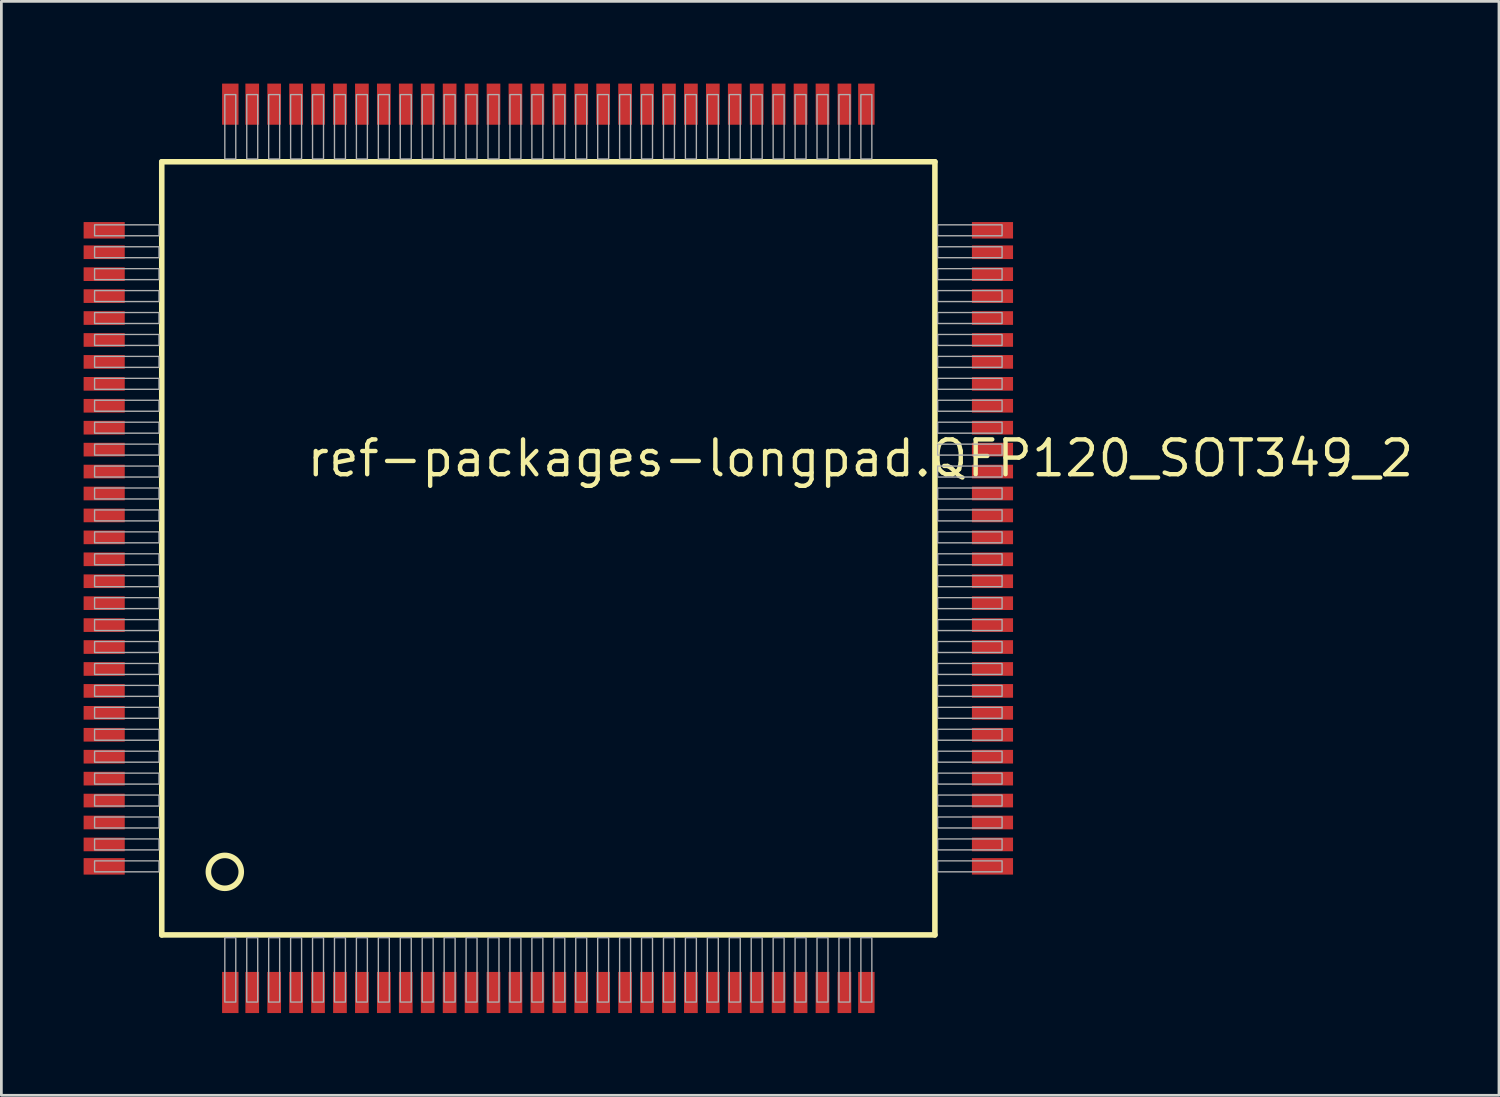
<source format=kicad_pcb>
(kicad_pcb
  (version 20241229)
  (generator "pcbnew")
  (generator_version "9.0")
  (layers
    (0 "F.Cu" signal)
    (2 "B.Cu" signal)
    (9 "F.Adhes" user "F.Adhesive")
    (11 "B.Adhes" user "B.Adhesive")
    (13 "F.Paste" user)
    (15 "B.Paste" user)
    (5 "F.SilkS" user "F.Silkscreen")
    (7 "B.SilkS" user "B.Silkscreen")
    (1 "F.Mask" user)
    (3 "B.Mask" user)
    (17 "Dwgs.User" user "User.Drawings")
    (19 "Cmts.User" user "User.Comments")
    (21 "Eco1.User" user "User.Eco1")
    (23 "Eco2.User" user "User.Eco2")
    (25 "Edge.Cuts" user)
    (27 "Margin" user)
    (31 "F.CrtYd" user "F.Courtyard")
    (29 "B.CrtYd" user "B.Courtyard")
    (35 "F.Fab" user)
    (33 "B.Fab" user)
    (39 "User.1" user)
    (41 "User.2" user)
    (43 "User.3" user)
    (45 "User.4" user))
  (footprint "ref-packages-longpad.QFP120_SOT349_2"
    (layer "F.Cu")
    (at 16.95 16.95)
    (property "Reference" "ref-packages-longpad.QFP120_SOT349_2" (at -8.89 -2.54 0) (layer "F.SilkS") (effects (font (size 1.27 1.27) (thickness 0.16)) (justify left bottom)))
    (attr smd)
    (fp_line (start -14.1 -14.1) (end 14.1 -14.1) (stroke (width 0.203) (type default)) (layer "F.SilkS"))
    (fp_line (start -14.1 14.1) (end -14.1 -14.1) (stroke (width 0.203) (type default)) (layer "F.SilkS"))
    (fp_line (start 14.1 -14.1) (end 14.1 14.1) (stroke (width 0.203) (type default)) (layer "F.SilkS"))
    (fp_line (start 14.1 14.1) (end -14.1 14.1) (stroke (width 0.203) (type default)) (layer "F.SilkS"))
    (fp_circle (center -11.8 11.8) (end -11.2 11.8) (stroke (width 0.203) (type default)) (fill no) (layer "F.SilkS"))
    (fp_rect (start -16.55 -11.4) (end -14.2 -11.8) (stroke (width 0.05) (type default)) (fill no) (layer "F.Fab"))
    (fp_rect (start -16.55 -10.6) (end -14.2 -11) (stroke (width 0.05) (type default)) (fill no) (layer "F.Fab"))
    (fp_rect (start -16.55 -9.8) (end -14.2 -10.2) (stroke (width 0.05) (type default)) (fill no) (layer "F.Fab"))
    (fp_rect (start -16.55 -9) (end -14.2 -9.4) (stroke (width 0.05) (type default)) (fill no) (layer "F.Fab"))
    (fp_rect (start -16.55 -8.2) (end -14.2 -8.6) (stroke (width 0.05) (type default)) (fill no) (layer "F.Fab"))
    (fp_rect (start -16.55 -7.4) (end -14.2 -7.8) (stroke (width 0.05) (type default)) (fill no) (layer "F.Fab"))
    (fp_rect (start -16.55 -6.6) (end -14.2 -7) (stroke (width 0.05) (type default)) (fill no) (layer "F.Fab"))
    (fp_rect (start -16.55 -5.8) (end -14.2 -6.2) (stroke (width 0.05) (type default)) (fill no) (layer "F.Fab"))
    (fp_rect (start -16.55 -5) (end -14.2 -5.4) (stroke (width 0.05) (type default)) (fill no) (layer "F.Fab"))
    (fp_rect (start -16.55 -4.2) (end -14.2 -4.6) (stroke (width 0.05) (type default)) (fill no) (layer "F.Fab"))
    (fp_rect (start -16.55 -3.4) (end -14.2 -3.8) (stroke (width 0.05) (type default)) (fill no) (layer "F.Fab"))
    (fp_rect (start -16.55 -2.6) (end -14.2 -3) (stroke (width 0.05) (type default)) (fill no) (layer "F.Fab"))
    (fp_rect (start -16.55 -1.8) (end -14.2 -2.2) (stroke (width 0.05) (type default)) (fill no) (layer "F.Fab"))
    (fp_rect (start -16.55 -1) (end -14.2 -1.4) (stroke (width 0.05) (type default)) (fill no) (layer "F.Fab"))
    (fp_rect (start -16.55 -0.2) (end -14.2 -0.6) (stroke (width 0.05) (type default)) (fill no) (layer "F.Fab"))
    (fp_rect (start -16.55 0.6) (end -14.2 0.2) (stroke (width 0.05) (type default)) (fill no) (layer "F.Fab"))
    (fp_rect (start -16.55 1.4) (end -14.2 1) (stroke (width 0.05) (type default)) (fill no) (layer "F.Fab"))
    (fp_rect (start -16.55 2.2) (end -14.2 1.8) (stroke (width 0.05) (type default)) (fill no) (layer "F.Fab"))
    (fp_rect (start -16.55 3) (end -14.2 2.6) (stroke (width 0.05) (type default)) (fill no) (layer "F.Fab"))
    (fp_rect (start -16.55 3.8) (end -14.2 3.4) (stroke (width 0.05) (type default)) (fill no) (layer "F.Fab"))
    (fp_rect (start -16.55 4.6) (end -14.2 4.2) (stroke (width 0.05) (type default)) (fill no) (layer "F.Fab"))
    (fp_rect (start -16.55 5.4) (end -14.2 5) (stroke (width 0.05) (type default)) (fill no) (layer "F.Fab"))
    (fp_rect (start -16.55 6.2) (end -14.2 5.8) (stroke (width 0.05) (type default)) (fill no) (layer "F.Fab"))
    (fp_rect (start -16.55 7) (end -14.2 6.6) (stroke (width 0.05) (type default)) (fill no) (layer "F.Fab"))
    (fp_rect (start -16.55 7.8) (end -14.2 7.4) (stroke (width 0.05) (type default)) (fill no) (layer "F.Fab"))
    (fp_rect (start -16.55 8.6) (end -14.2 8.2) (stroke (width 0.05) (type default)) (fill no) (layer "F.Fab"))
    (fp_rect (start -16.55 9.4) (end -14.2 9) (stroke (width 0.05) (type default)) (fill no) (layer "F.Fab"))
    (fp_rect (start -16.55 10.2) (end -14.2 9.8) (stroke (width 0.05) (type default)) (fill no) (layer "F.Fab"))
    (fp_rect (start -16.55 11) (end -14.2 10.6) (stroke (width 0.05) (type default)) (fill no) (layer "F.Fab"))
    (fp_rect (start -16.55 11.8) (end -14.2 11.4) (stroke (width 0.05) (type default)) (fill no) (layer "F.Fab"))
    (fp_rect (start -11.8 -14.2) (end -11.4 -16.55) (stroke (width 0.05) (type default)) (fill no) (layer "F.Fab"))
    (fp_rect (start -11.8 16.55) (end -11.4 14.2) (stroke (width 0.05) (type default)) (fill no) (layer "F.Fab"))
    (fp_rect (start -11 -14.2) (end -10.6 -16.55) (stroke (width 0.05) (type default)) (fill no) (layer "F.Fab"))
    (fp_rect (start -11 16.55) (end -10.6 14.2) (stroke (width 0.05) (type default)) (fill no) (layer "F.Fab"))
    (fp_rect (start -10.2 -14.2) (end -9.8 -16.55) (stroke (width 0.05) (type default)) (fill no) (layer "F.Fab"))
    (fp_rect (start -10.2 16.55) (end -9.8 14.2) (stroke (width 0.05) (type default)) (fill no) (layer "F.Fab"))
    (fp_rect (start -9.4 -14.2) (end -9 -16.55) (stroke (width 0.05) (type default)) (fill no) (layer "F.Fab"))
    (fp_rect (start -9.4 16.55) (end -9 14.2) (stroke (width 0.05) (type default)) (fill no) (layer "F.Fab"))
    (fp_rect (start -8.6 -14.2) (end -8.2 -16.55) (stroke (width 0.05) (type default)) (fill no) (layer "F.Fab"))
    (fp_rect (start -8.6 16.55) (end -8.2 14.2) (stroke (width 0.05) (type default)) (fill no) (layer "F.Fab"))
    (fp_rect (start -7.8 -14.2) (end -7.4 -16.55) (stroke (width 0.05) (type default)) (fill no) (layer "F.Fab"))
    (fp_rect (start -7.8 16.55) (end -7.4 14.2) (stroke (width 0.05) (type default)) (fill no) (layer "F.Fab"))
    (fp_rect (start -7 -14.2) (end -6.6 -16.55) (stroke (width 0.05) (type default)) (fill no) (layer "F.Fab"))
    (fp_rect (start -7 16.55) (end -6.6 14.2) (stroke (width 0.05) (type default)) (fill no) (layer "F.Fab"))
    (fp_rect (start -6.2 -14.2) (end -5.8 -16.55) (stroke (width 0.05) (type default)) (fill no) (layer "F.Fab"))
    (fp_rect (start -6.2 16.55) (end -5.8 14.2) (stroke (width 0.05) (type default)) (fill no) (layer "F.Fab"))
    (fp_rect (start -5.4 -14.2) (end -5 -16.55) (stroke (width 0.05) (type default)) (fill no) (layer "F.Fab"))
    (fp_rect (start -5.4 16.55) (end -5 14.2) (stroke (width 0.05) (type default)) (fill no) (layer "F.Fab"))
    (fp_rect (start -4.6 -14.2) (end -4.2 -16.55) (stroke (width 0.05) (type default)) (fill no) (layer "F.Fab"))
    (fp_rect (start -4.6 16.55) (end -4.2 14.2) (stroke (width 0.05) (type default)) (fill no) (layer "F.Fab"))
    (fp_rect (start -3.8 -14.2) (end -3.4 -16.55) (stroke (width 0.05) (type default)) (fill no) (layer "F.Fab"))
    (fp_rect (start -3.8 16.55) (end -3.4 14.2) (stroke (width 0.05) (type default)) (fill no) (layer "F.Fab"))
    (fp_rect (start -3 -14.2) (end -2.6 -16.55) (stroke (width 0.05) (type default)) (fill no) (layer "F.Fab"))
    (fp_rect (start -3 16.55) (end -2.6 14.2) (stroke (width 0.05) (type default)) (fill no) (layer "F.Fab"))
    (fp_rect (start -2.2 -14.2) (end -1.8 -16.55) (stroke (width 0.05) (type default)) (fill no) (layer "F.Fab"))
    (fp_rect (start -2.2 16.55) (end -1.8 14.2) (stroke (width 0.05) (type default)) (fill no) (layer "F.Fab"))
    (fp_rect (start -1.4 -14.2) (end -1 -16.55) (stroke (width 0.05) (type default)) (fill no) (layer "F.Fab"))
    (fp_rect (start -1.4 16.55) (end -1 14.2) (stroke (width 0.05) (type default)) (fill no) (layer "F.Fab"))
    (fp_rect (start -0.6 -14.2) (end -0.2 -16.55) (stroke (width 0.05) (type default)) (fill no) (layer "F.Fab"))
    (fp_rect (start -0.6 16.55) (end -0.2 14.2) (stroke (width 0.05) (type default)) (fill no) (layer "F.Fab"))
    (fp_rect (start 0.2 -14.2) (end 0.6 -16.55) (stroke (width 0.05) (type default)) (fill no) (layer "F.Fab"))
    (fp_rect (start 0.2 16.55) (end 0.6 14.2) (stroke (width 0.05) (type default)) (fill no) (layer "F.Fab"))
    (fp_rect (start 1 -14.2) (end 1.4 -16.55) (stroke (width 0.05) (type default)) (fill no) (layer "F.Fab"))
    (fp_rect (start 1 16.55) (end 1.4 14.2) (stroke (width 0.05) (type default)) (fill no) (layer "F.Fab"))
    (fp_rect (start 1.8 -14.2) (end 2.2 -16.55) (stroke (width 0.05) (type default)) (fill no) (layer "F.Fab"))
    (fp_rect (start 1.8 16.55) (end 2.2 14.2) (stroke (width 0.05) (type default)) (fill no) (layer "F.Fab"))
    (fp_rect (start 2.6 -14.2) (end 3 -16.55) (stroke (width 0.05) (type default)) (fill no) (layer "F.Fab"))
    (fp_rect (start 2.6 16.55) (end 3 14.2) (stroke (width 0.05) (type default)) (fill no) (layer "F.Fab"))
    (fp_rect (start 3.4 -14.2) (end 3.8 -16.55) (stroke (width 0.05) (type default)) (fill no) (layer "F.Fab"))
    (fp_rect (start 3.4 16.55) (end 3.8 14.2) (stroke (width 0.05) (type default)) (fill no) (layer "F.Fab"))
    (fp_rect (start 4.2 -14.2) (end 4.6 -16.55) (stroke (width 0.05) (type default)) (fill no) (layer "F.Fab"))
    (fp_rect (start 4.2 16.55) (end 4.6 14.2) (stroke (width 0.05) (type default)) (fill no) (layer "F.Fab"))
    (fp_rect (start 5 -14.2) (end 5.4 -16.55) (stroke (width 0.05) (type default)) (fill no) (layer "F.Fab"))
    (fp_rect (start 5 16.55) (end 5.4 14.2) (stroke (width 0.05) (type default)) (fill no) (layer "F.Fab"))
    (fp_rect (start 5.8 -14.2) (end 6.2 -16.55) (stroke (width 0.05) (type default)) (fill no) (layer "F.Fab"))
    (fp_rect (start 5.8 16.55) (end 6.2 14.2) (stroke (width 0.05) (type default)) (fill no) (layer "F.Fab"))
    (fp_rect (start 6.6 -14.2) (end 7 -16.55) (stroke (width 0.05) (type default)) (fill no) (layer "F.Fab"))
    (fp_rect (start 6.6 16.55) (end 7 14.2) (stroke (width 0.05) (type default)) (fill no) (layer "F.Fab"))
    (fp_rect (start 7.4 -14.2) (end 7.8 -16.55) (stroke (width 0.05) (type default)) (fill no) (layer "F.Fab"))
    (fp_rect (start 7.4 16.55) (end 7.8 14.2) (stroke (width 0.05) (type default)) (fill no) (layer "F.Fab"))
    (fp_rect (start 8.2 -14.2) (end 8.6 -16.55) (stroke (width 0.05) (type default)) (fill no) (layer "F.Fab"))
    (fp_rect (start 8.2 16.55) (end 8.6 14.2) (stroke (width 0.05) (type default)) (fill no) (layer "F.Fab"))
    (fp_rect (start 9 -14.2) (end 9.4 -16.55) (stroke (width 0.05) (type default)) (fill no) (layer "F.Fab"))
    (fp_rect (start 9 16.55) (end 9.4 14.2) (stroke (width 0.05) (type default)) (fill no) (layer "F.Fab"))
    (fp_rect (start 9.8 -14.2) (end 10.2 -16.55) (stroke (width 0.05) (type default)) (fill no) (layer "F.Fab"))
    (fp_rect (start 9.8 16.55) (end 10.2 14.2) (stroke (width 0.05) (type default)) (fill no) (layer "F.Fab"))
    (fp_rect (start 10.6 -14.2) (end 11 -16.55) (stroke (width 0.05) (type default)) (fill no) (layer "F.Fab"))
    (fp_rect (start 10.6 16.55) (end 11 14.2) (stroke (width 0.05) (type default)) (fill no) (layer "F.Fab"))
    (fp_rect (start 11.4 -14.2) (end 11.8 -16.55) (stroke (width 0.05) (type default)) (fill no) (layer "F.Fab"))
    (fp_rect (start 11.4 16.55) (end 11.8 14.2) (stroke (width 0.05) (type default)) (fill no) (layer "F.Fab"))
    (fp_rect (start 14.2 -11.4) (end 16.55 -11.8) (stroke (width 0.05) (type default)) (fill no) (layer "F.Fab"))
    (fp_rect (start 14.2 -10.6) (end 16.55 -11) (stroke (width 0.05) (type default)) (fill no) (layer "F.Fab"))
    (fp_rect (start 14.2 -9.8) (end 16.55 -10.2) (stroke (width 0.05) (type default)) (fill no) (layer "F.Fab"))
    (fp_rect (start 14.2 -9) (end 16.55 -9.4) (stroke (width 0.05) (type default)) (fill no) (layer "F.Fab"))
    (fp_rect (start 14.2 -8.2) (end 16.55 -8.6) (stroke (width 0.05) (type default)) (fill no) (layer "F.Fab"))
    (fp_rect (start 14.2 -7.4) (end 16.55 -7.8) (stroke (width 0.05) (type default)) (fill no) (layer "F.Fab"))
    (fp_rect (start 14.2 -6.6) (end 16.55 -7) (stroke (width 0.05) (type default)) (fill no) (layer "F.Fab"))
    (fp_rect (start 14.2 -5.8) (end 16.55 -6.2) (stroke (width 0.05) (type default)) (fill no) (layer "F.Fab"))
    (fp_rect (start 14.2 -5) (end 16.55 -5.4) (stroke (width 0.05) (type default)) (fill no) (layer "F.Fab"))
    (fp_rect (start 14.2 -4.2) (end 16.55 -4.6) (stroke (width 0.05) (type default)) (fill no) (layer "F.Fab"))
    (fp_rect (start 14.2 -3.4) (end 16.55 -3.8) (stroke (width 0.05) (type default)) (fill no) (layer "F.Fab"))
    (fp_rect (start 14.2 -2.6) (end 16.55 -3) (stroke (width 0.05) (type default)) (fill no) (layer "F.Fab"))
    (fp_rect (start 14.2 -1.8) (end 16.55 -2.2) (stroke (width 0.05) (type default)) (fill no) (layer "F.Fab"))
    (fp_rect (start 14.2 -1) (end 16.55 -1.4) (stroke (width 0.05) (type default)) (fill no) (layer "F.Fab"))
    (fp_rect (start 14.2 -0.2) (end 16.55 -0.6) (stroke (width 0.05) (type default)) (fill no) (layer "F.Fab"))
    (fp_rect (start 14.2 0.6) (end 16.55 0.2) (stroke (width 0.05) (type default)) (fill no) (layer "F.Fab"))
    (fp_rect (start 14.2 1.4) (end 16.55 1) (stroke (width 0.05) (type default)) (fill no) (layer "F.Fab"))
    (fp_rect (start 14.2 2.2) (end 16.55 1.8) (stroke (width 0.05) (type default)) (fill no) (layer "F.Fab"))
    (fp_rect (start 14.2 3) (end 16.55 2.6) (stroke (width 0.05) (type default)) (fill no) (layer "F.Fab"))
    (fp_rect (start 14.2 3.8) (end 16.55 3.4) (stroke (width 0.05) (type default)) (fill no) (layer "F.Fab"))
    (fp_rect (start 14.2 4.6) (end 16.55 4.2) (stroke (width 0.05) (type default)) (fill no) (layer "F.Fab"))
    (fp_rect (start 14.2 5.4) (end 16.55 5) (stroke (width 0.05) (type default)) (fill no) (layer "F.Fab"))
    (fp_rect (start 14.2 6.2) (end 16.55 5.8) (stroke (width 0.05) (type default)) (fill no) (layer "F.Fab"))
    (fp_rect (start 14.2 7) (end 16.55 6.6) (stroke (width 0.05) (type default)) (fill no) (layer "F.Fab"))
    (fp_rect (start 14.2 7.8) (end 16.55 7.4) (stroke (width 0.05) (type default)) (fill no) (layer "F.Fab"))
    (fp_rect (start 14.2 8.6) (end 16.55 8.2) (stroke (width 0.05) (type default)) (fill no) (layer "F.Fab"))
    (fp_rect (start 14.2 9.4) (end 16.55 9) (stroke (width 0.05) (type default)) (fill no) (layer "F.Fab"))
    (fp_rect (start 14.2 10.2) (end 16.55 9.8) (stroke (width 0.05) (type default)) (fill no) (layer "F.Fab"))
    (fp_rect (start 14.2 11) (end 16.55 10.6) (stroke (width 0.05) (type default)) (fill no) (layer "F.Fab"))
    (fp_rect (start 14.2 11.8) (end 16.55 11.4) (stroke (width 0.05) (type default)) (fill no) (layer "F.Fab"))
    (pad "1" smd roundrect (at -11.6 16.2) (size 0.6 1.5) (layers "F.Cu" "F.Mask" "F.Paste") (roundrect_rratio 0.01))
    (pad "2" smd roundrect (at -10.8 16.2) (size 0.5 1.5) (layers "F.Cu" "F.Mask" "F.Paste") (roundrect_rratio 0.01))
    (pad "3" smd roundrect (at -10 16.2) (size 0.5 1.5) (layers "F.Cu" "F.Mask" "F.Paste") (roundrect_rratio 0.01))
    (pad "4" smd roundrect (at -9.2 16.2) (size 0.5 1.5) (layers "F.Cu" "F.Mask" "F.Paste") (roundrect_rratio 0.01))
    (pad "5" smd roundrect (at -8.4 16.2) (size 0.5 1.5) (layers "F.Cu" "F.Mask" "F.Paste") (roundrect_rratio 0.01))
    (pad "6" smd roundrect (at -7.6 16.2) (size 0.5 1.5) (layers "F.Cu" "F.Mask" "F.Paste") (roundrect_rratio 0.01))
    (pad "7" smd roundrect (at -6.8 16.2) (size 0.5 1.5) (layers "F.Cu" "F.Mask" "F.Paste") (roundrect_rratio 0.01))
    (pad "8" smd roundrect (at -6 16.2) (size 0.5 1.5) (layers "F.Cu" "F.Mask" "F.Paste") (roundrect_rratio 0.01))
    (pad "9" smd roundrect (at -5.2 16.2) (size 0.5 1.5) (layers "F.Cu" "F.Mask" "F.Paste") (roundrect_rratio 0.01))
    (pad "10" smd roundrect (at -4.4 16.2) (size 0.5 1.5) (layers "F.Cu" "F.Mask" "F.Paste") (roundrect_rratio 0.01))
    (pad "11" smd roundrect (at -3.6 16.2) (size 0.5 1.5) (layers "F.Cu" "F.Mask" "F.Paste") (roundrect_rratio 0.01))
    (pad "12" smd roundrect (at -2.8 16.2) (size 0.5 1.5) (layers "F.Cu" "F.Mask" "F.Paste") (roundrect_rratio 0.01))
    (pad "13" smd roundrect (at -2 16.2) (size 0.5 1.5) (layers "F.Cu" "F.Mask" "F.Paste") (roundrect_rratio 0.01))
    (pad "14" smd roundrect (at -1.2 16.2) (size 0.5 1.5) (layers "F.Cu" "F.Mask" "F.Paste") (roundrect_rratio 0.01))
    (pad "15" smd roundrect (at -0.4 16.2) (size 0.5 1.5) (layers "F.Cu" "F.Mask" "F.Paste") (roundrect_rratio 0.01))
    (pad "16" smd roundrect (at 0.4 16.2) (size 0.5 1.5) (layers "F.Cu" "F.Mask" "F.Paste") (roundrect_rratio 0.01))
    (pad "17" smd roundrect (at 1.2 16.2) (size 0.5 1.5) (layers "F.Cu" "F.Mask" "F.Paste") (roundrect_rratio 0.01))
    (pad "18" smd roundrect (at 2 16.2) (size 0.5 1.5) (layers "F.Cu" "F.Mask" "F.Paste") (roundrect_rratio 0.01))
    (pad "19" smd roundrect (at 2.8 16.2) (size 0.5 1.5) (layers "F.Cu" "F.Mask" "F.Paste") (roundrect_rratio 0.01))
    (pad "20" smd roundrect (at 3.6 16.2) (size 0.5 1.5) (layers "F.Cu" "F.Mask" "F.Paste") (roundrect_rratio 0.01))
    (pad "21" smd roundrect (at 4.4 16.2) (size 0.5 1.5) (layers "F.Cu" "F.Mask" "F.Paste") (roundrect_rratio 0.01))
    (pad "22" smd roundrect (at 5.2 16.2) (size 0.5 1.5) (layers "F.Cu" "F.Mask" "F.Paste") (roundrect_rratio 0.01))
    (pad "23" smd roundrect (at 6 16.2) (size 0.5 1.5) (layers "F.Cu" "F.Mask" "F.Paste") (roundrect_rratio 0.01))
    (pad "24" smd roundrect (at 6.8 16.2) (size 0.5 1.5) (layers "F.Cu" "F.Mask" "F.Paste") (roundrect_rratio 0.01))
    (pad "25" smd roundrect (at 7.6 16.2) (size 0.5 1.5) (layers "F.Cu" "F.Mask" "F.Paste") (roundrect_rratio 0.01))
    (pad "26" smd roundrect (at 8.4 16.2) (size 0.5 1.5) (layers "F.Cu" "F.Mask" "F.Paste") (roundrect_rratio 0.01))
    (pad "27" smd roundrect (at 9.2 16.2) (size 0.5 1.5) (layers "F.Cu" "F.Mask" "F.Paste") (roundrect_rratio 0.01))
    (pad "28" smd roundrect (at 10 16.2) (size 0.5 1.5) (layers "F.Cu" "F.Mask" "F.Paste") (roundrect_rratio 0.01))
    (pad "29" smd roundrect (at 10.8 16.2) (size 0.5 1.5) (layers "F.Cu" "F.Mask" "F.Paste") (roundrect_rratio 0.01))
    (pad "30" smd roundrect (at 11.6 16.2) (size 0.6 1.5) (layers "F.Cu" "F.Mask" "F.Paste") (roundrect_rratio 0.01))
    (pad "31" smd roundrect (at 16.2 11.6) (size 1.5 0.6) (layers "F.Cu" "F.Mask" "F.Paste") (roundrect_rratio 0.01))
    (pad "32" smd roundrect (at 16.2 10.8) (size 1.5 0.5) (layers "F.Cu" "F.Mask" "F.Paste") (roundrect_rratio 0.01))
    (pad "33" smd roundrect (at 16.2 10) (size 1.5 0.5) (layers "F.Cu" "F.Mask" "F.Paste") (roundrect_rratio 0.01))
    (pad "34" smd roundrect (at 16.2 9.2) (size 1.5 0.5) (layers "F.Cu" "F.Mask" "F.Paste") (roundrect_rratio 0.01))
    (pad "35" smd roundrect (at 16.2 8.4) (size 1.5 0.5) (layers "F.Cu" "F.Mask" "F.Paste") (roundrect_rratio 0.01))
    (pad "36" smd roundrect (at 16.2 7.6) (size 1.5 0.5) (layers "F.Cu" "F.Mask" "F.Paste") (roundrect_rratio 0.01))
    (pad "37" smd roundrect (at 16.2 6.8) (size 1.5 0.5) (layers "F.Cu" "F.Mask" "F.Paste") (roundrect_rratio 0.01))
    (pad "38" smd roundrect (at 16.2 6) (size 1.5 0.5) (layers "F.Cu" "F.Mask" "F.Paste") (roundrect_rratio 0.01))
    (pad "39" smd roundrect (at 16.2 5.2) (size 1.5 0.5) (layers "F.Cu" "F.Mask" "F.Paste") (roundrect_rratio 0.01))
    (pad "40" smd roundrect (at 16.2 4.4) (size 1.5 0.5) (layers "F.Cu" "F.Mask" "F.Paste") (roundrect_rratio 0.01))
    (pad "41" smd roundrect (at 16.2 3.6) (size 1.5 0.5) (layers "F.Cu" "F.Mask" "F.Paste") (roundrect_rratio 0.01))
    (pad "42" smd roundrect (at 16.2 2.8) (size 1.5 0.5) (layers "F.Cu" "F.Mask" "F.Paste") (roundrect_rratio 0.01))
    (pad "43" smd roundrect (at 16.2 2) (size 1.5 0.5) (layers "F.Cu" "F.Mask" "F.Paste") (roundrect_rratio 0.01))
    (pad "44" smd roundrect (at 16.2 1.2) (size 1.5 0.5) (layers "F.Cu" "F.Mask" "F.Paste") (roundrect_rratio 0.01))
    (pad "45" smd roundrect (at 16.2 0.4) (size 1.5 0.5) (layers "F.Cu" "F.Mask" "F.Paste") (roundrect_rratio 0.01))
    (pad "46" smd roundrect (at 16.2 -0.4) (size 1.5 0.5) (layers "F.Cu" "F.Mask" "F.Paste") (roundrect_rratio 0.01))
    (pad "47" smd roundrect (at 16.2 -1.2) (size 1.5 0.5) (layers "F.Cu" "F.Mask" "F.Paste") (roundrect_rratio 0.01))
    (pad "48" smd roundrect (at 16.2 -2) (size 1.5 0.5) (layers "F.Cu" "F.Mask" "F.Paste") (roundrect_rratio 0.01))
    (pad "49" smd roundrect (at 16.2 -2.8) (size 1.5 0.5) (layers "F.Cu" "F.Mask" "F.Paste") (roundrect_rratio 0.01))
    (pad "50" smd roundrect (at 16.2 -3.6) (size 1.5 0.5) (layers "F.Cu" "F.Mask" "F.Paste") (roundrect_rratio 0.01))
    (pad "51" smd roundrect (at 16.2 -4.4) (size 1.5 0.5) (layers "F.Cu" "F.Mask" "F.Paste") (roundrect_rratio 0.01))
    (pad "52" smd roundrect (at 16.2 -5.2) (size 1.5 0.5) (layers "F.Cu" "F.Mask" "F.Paste") (roundrect_rratio 0.01))
    (pad "53" smd roundrect (at 16.2 -6) (size 1.5 0.5) (layers "F.Cu" "F.Mask" "F.Paste") (roundrect_rratio 0.01))
    (pad "54" smd roundrect (at 16.2 -6.8) (size 1.5 0.5) (layers "F.Cu" "F.Mask" "F.Paste") (roundrect_rratio 0.01))
    (pad "55" smd roundrect (at 16.2 -7.6) (size 1.5 0.5) (layers "F.Cu" "F.Mask" "F.Paste") (roundrect_rratio 0.01))
    (pad "56" smd roundrect (at 16.2 -8.4) (size 1.5 0.5) (layers "F.Cu" "F.Mask" "F.Paste") (roundrect_rratio 0.01))
    (pad "57" smd roundrect (at 16.2 -9.2) (size 1.5 0.5) (layers "F.Cu" "F.Mask" "F.Paste") (roundrect_rratio 0.01))
    (pad "58" smd roundrect (at 16.2 -10) (size 1.5 0.5) (layers "F.Cu" "F.Mask" "F.Paste") (roundrect_rratio 0.01))
    (pad "59" smd roundrect (at 16.2 -10.8) (size 1.5 0.5) (layers "F.Cu" "F.Mask" "F.Paste") (roundrect_rratio 0.01))
    (pad "60" smd roundrect (at 16.2 -11.6) (size 1.5 0.6) (layers "F.Cu" "F.Mask" "F.Paste") (roundrect_rratio 0.01))
    (pad "61" smd roundrect (at 11.6 -16.2) (size 0.6 1.5) (layers "F.Cu" "F.Mask" "F.Paste") (roundrect_rratio 0.01))
    (pad "62" smd roundrect (at 10.8 -16.2) (size 0.5 1.5) (layers "F.Cu" "F.Mask" "F.Paste") (roundrect_rratio 0.01))
    (pad "63" smd roundrect (at 10 -16.2) (size 0.5 1.5) (layers "F.Cu" "F.Mask" "F.Paste") (roundrect_rratio 0.01))
    (pad "64" smd roundrect (at 9.2 -16.2) (size 0.5 1.5) (layers "F.Cu" "F.Mask" "F.Paste") (roundrect_rratio 0.01))
    (pad "65" smd roundrect (at 8.4 -16.2) (size 0.5 1.5) (layers "F.Cu" "F.Mask" "F.Paste") (roundrect_rratio 0.01))
    (pad "66" smd roundrect (at 7.6 -16.2) (size 0.5 1.5) (layers "F.Cu" "F.Mask" "F.Paste") (roundrect_rratio 0.01))
    (pad "67" smd roundrect (at 6.8 -16.2) (size 0.5 1.5) (layers "F.Cu" "F.Mask" "F.Paste") (roundrect_rratio 0.01))
    (pad "68" smd roundrect (at 6 -16.2) (size 0.5 1.5) (layers "F.Cu" "F.Mask" "F.Paste") (roundrect_rratio 0.01))
    (pad "69" smd roundrect (at 5.2 -16.2) (size 0.5 1.5) (layers "F.Cu" "F.Mask" "F.Paste") (roundrect_rratio 0.01))
    (pad "70" smd roundrect (at 4.4 -16.2) (size 0.5 1.5) (layers "F.Cu" "F.Mask" "F.Paste") (roundrect_rratio 0.01))
    (pad "71" smd roundrect (at 3.6 -16.2) (size 0.5 1.5) (layers "F.Cu" "F.Mask" "F.Paste") (roundrect_rratio 0.01))
    (pad "72" smd roundrect (at 2.8 -16.2) (size 0.5 1.5) (layers "F.Cu" "F.Mask" "F.Paste") (roundrect_rratio 0.01))
    (pad "73" smd roundrect (at 2 -16.2) (size 0.5 1.5) (layers "F.Cu" "F.Mask" "F.Paste") (roundrect_rratio 0.01))
    (pad "74" smd roundrect (at 1.2 -16.2) (size 0.5 1.5) (layers "F.Cu" "F.Mask" "F.Paste") (roundrect_rratio 0.01))
    (pad "75" smd roundrect (at 0.4 -16.2) (size 0.5 1.5) (layers "F.Cu" "F.Mask" "F.Paste") (roundrect_rratio 0.01))
    (pad "76" smd roundrect (at -0.4 -16.2) (size 0.5 1.5) (layers "F.Cu" "F.Mask" "F.Paste") (roundrect_rratio 0.01))
    (pad "77" smd roundrect (at -1.2 -16.2) (size 0.5 1.5) (layers "F.Cu" "F.Mask" "F.Paste") (roundrect_rratio 0.01))
    (pad "78" smd roundrect (at -2 -16.2) (size 0.5 1.5) (layers "F.Cu" "F.Mask" "F.Paste") (roundrect_rratio 0.01))
    (pad "79" smd roundrect (at -2.8 -16.2) (size 0.5 1.5) (layers "F.Cu" "F.Mask" "F.Paste") (roundrect_rratio 0.01))
    (pad "80" smd roundrect (at -3.6 -16.2) (size 0.5 1.5) (layers "F.Cu" "F.Mask" "F.Paste") (roundrect_rratio 0.01))
    (pad "81" smd roundrect (at -4.4 -16.2) (size 0.5 1.5) (layers "F.Cu" "F.Mask" "F.Paste") (roundrect_rratio 0.01))
    (pad "82" smd roundrect (at -5.2 -16.2) (size 0.5 1.5) (layers "F.Cu" "F.Mask" "F.Paste") (roundrect_rratio 0.01))
    (pad "83" smd roundrect (at -6 -16.2) (size 0.5 1.5) (layers "F.Cu" "F.Mask" "F.Paste") (roundrect_rratio 0.01))
    (pad "84" smd roundrect (at -6.8 -16.2) (size 0.5 1.5) (layers "F.Cu" "F.Mask" "F.Paste") (roundrect_rratio 0.01))
    (pad "85" smd roundrect (at -7.6 -16.2) (size 0.5 1.5) (layers "F.Cu" "F.Mask" "F.Paste") (roundrect_rratio 0.01))
    (pad "86" smd roundrect (at -8.4 -16.2) (size 0.5 1.5) (layers "F.Cu" "F.Mask" "F.Paste") (roundrect_rratio 0.01))
    (pad "87" smd roundrect (at -9.2 -16.2) (size 0.5 1.5) (layers "F.Cu" "F.Mask" "F.Paste") (roundrect_rratio 0.01))
    (pad "88" smd roundrect (at -10 -16.2) (size 0.5 1.5) (layers "F.Cu" "F.Mask" "F.Paste") (roundrect_rratio 0.01))
    (pad "89" smd roundrect (at -10.8 -16.2) (size 0.5 1.5) (layers "F.Cu" "F.Mask" "F.Paste") (roundrect_rratio 0.01))
    (pad "90" smd roundrect (at -11.6 -16.2) (size 0.6 1.5) (layers "F.Cu" "F.Mask" "F.Paste") (roundrect_rratio 0.01))
    (pad "91" smd roundrect (at -16.2 -11.6) (size 1.5 0.6) (layers "F.Cu" "F.Mask" "F.Paste") (roundrect_rratio 0.01))
    (pad "92" smd roundrect (at -16.2 -10.8) (size 1.5 0.5) (layers "F.Cu" "F.Mask" "F.Paste") (roundrect_rratio 0.01))
    (pad "93" smd roundrect (at -16.2 -10) (size 1.5 0.5) (layers "F.Cu" "F.Mask" "F.Paste") (roundrect_rratio 0.01))
    (pad "94" smd roundrect (at -16.2 -9.2) (size 1.5 0.5) (layers "F.Cu" "F.Mask" "F.Paste") (roundrect_rratio 0.01))
    (pad "95" smd roundrect (at -16.2 -8.4) (size 1.5 0.5) (layers "F.Cu" "F.Mask" "F.Paste") (roundrect_rratio 0.01))
    (pad "96" smd roundrect (at -16.2 -7.6) (size 1.5 0.5) (layers "F.Cu" "F.Mask" "F.Paste") (roundrect_rratio 0.01))
    (pad "97" smd roundrect (at -16.2 -6.8) (size 1.5 0.5) (layers "F.Cu" "F.Mask" "F.Paste") (roundrect_rratio 0.01))
    (pad "98" smd roundrect (at -16.2 -6) (size 1.5 0.5) (layers "F.Cu" "F.Mask" "F.Paste") (roundrect_rratio 0.01))
    (pad "99" smd roundrect (at -16.2 -5.2) (size 1.5 0.5) (layers "F.Cu" "F.Mask" "F.Paste") (roundrect_rratio 0.01))
    (pad "100" smd roundrect (at -16.2 -4.4) (size 1.5 0.5) (layers "F.Cu" "F.Mask" "F.Paste") (roundrect_rratio 0.01))
    (pad "101" smd roundrect (at -16.2 -3.6) (size 1.5 0.5) (layers "F.Cu" "F.Mask" "F.Paste") (roundrect_rratio 0.01))
    (pad "102" smd roundrect (at -16.2 -2.8) (size 1.5 0.5) (layers "F.Cu" "F.Mask" "F.Paste") (roundrect_rratio 0.01))
    (pad "103" smd roundrect (at -16.2 -2) (size 1.5 0.5) (layers "F.Cu" "F.Mask" "F.Paste") (roundrect_rratio 0.01))
    (pad "104" smd roundrect (at -16.2 -1.2) (size 1.5 0.5) (layers "F.Cu" "F.Mask" "F.Paste") (roundrect_rratio 0.01))
    (pad "105" smd roundrect (at -16.2 -0.4) (size 1.5 0.5) (layers "F.Cu" "F.Mask" "F.Paste") (roundrect_rratio 0.01))
    (pad "106" smd roundrect (at -16.2 0.4) (size 1.5 0.5) (layers "F.Cu" "F.Mask" "F.Paste") (roundrect_rratio 0.01))
    (pad "107" smd roundrect (at -16.2 1.2) (size 1.5 0.5) (layers "F.Cu" "F.Mask" "F.Paste") (roundrect_rratio 0.01))
    (pad "108" smd roundrect (at -16.2 2) (size 1.5 0.5) (layers "F.Cu" "F.Mask" "F.Paste") (roundrect_rratio 0.01))
    (pad "109" smd roundrect (at -16.2 2.8) (size 1.5 0.5) (layers "F.Cu" "F.Mask" "F.Paste") (roundrect_rratio 0.01))
    (pad "110" smd roundrect (at -16.2 3.6) (size 1.5 0.5) (layers "F.Cu" "F.Mask" "F.Paste") (roundrect_rratio 0.01))
    (pad "111" smd roundrect (at -16.2 4.4) (size 1.5 0.5) (layers "F.Cu" "F.Mask" "F.Paste") (roundrect_rratio 0.01))
    (pad "112" smd roundrect (at -16.2 5.2) (size 1.5 0.5) (layers "F.Cu" "F.Mask" "F.Paste") (roundrect_rratio 0.01))
    (pad "113" smd roundrect (at -16.2 6) (size 1.5 0.5) (layers "F.Cu" "F.Mask" "F.Paste") (roundrect_rratio 0.01))
    (pad "114" smd roundrect (at -16.2 6.8) (size 1.5 0.5) (layers "F.Cu" "F.Mask" "F.Paste") (roundrect_rratio 0.01))
    (pad "115" smd roundrect (at -16.2 7.6) (size 1.5 0.5) (layers "F.Cu" "F.Mask" "F.Paste") (roundrect_rratio 0.01))
    (pad "116" smd roundrect (at -16.2 8.4) (size 1.5 0.5) (layers "F.Cu" "F.Mask" "F.Paste") (roundrect_rratio 0.01))
    (pad "117" smd roundrect (at -16.2 9.2) (size 1.5 0.5) (layers "F.Cu" "F.Mask" "F.Paste") (roundrect_rratio 0.01))
    (pad "118" smd roundrect (at -16.2 10) (size 1.5 0.5) (layers "F.Cu" "F.Mask" "F.Paste") (roundrect_rratio 0.01))
    (pad "119" smd roundrect (at -16.2 10.8) (size 1.5 0.5) (layers "F.Cu" "F.Mask" "F.Paste") (roundrect_rratio 0.01))
    (pad "120" smd roundrect (at -16.2 11.6) (size 1.5 0.6) (layers "F.Cu" "F.Mask" "F.Paste") (roundrect_rratio 0.01)))
  (gr_rect
    (start -3 -3)
    (end 51.624 36.9)
    (stroke (width 0.1) (type default))
    (fill no)
    (layer "Edge.Cuts")))
</source>
